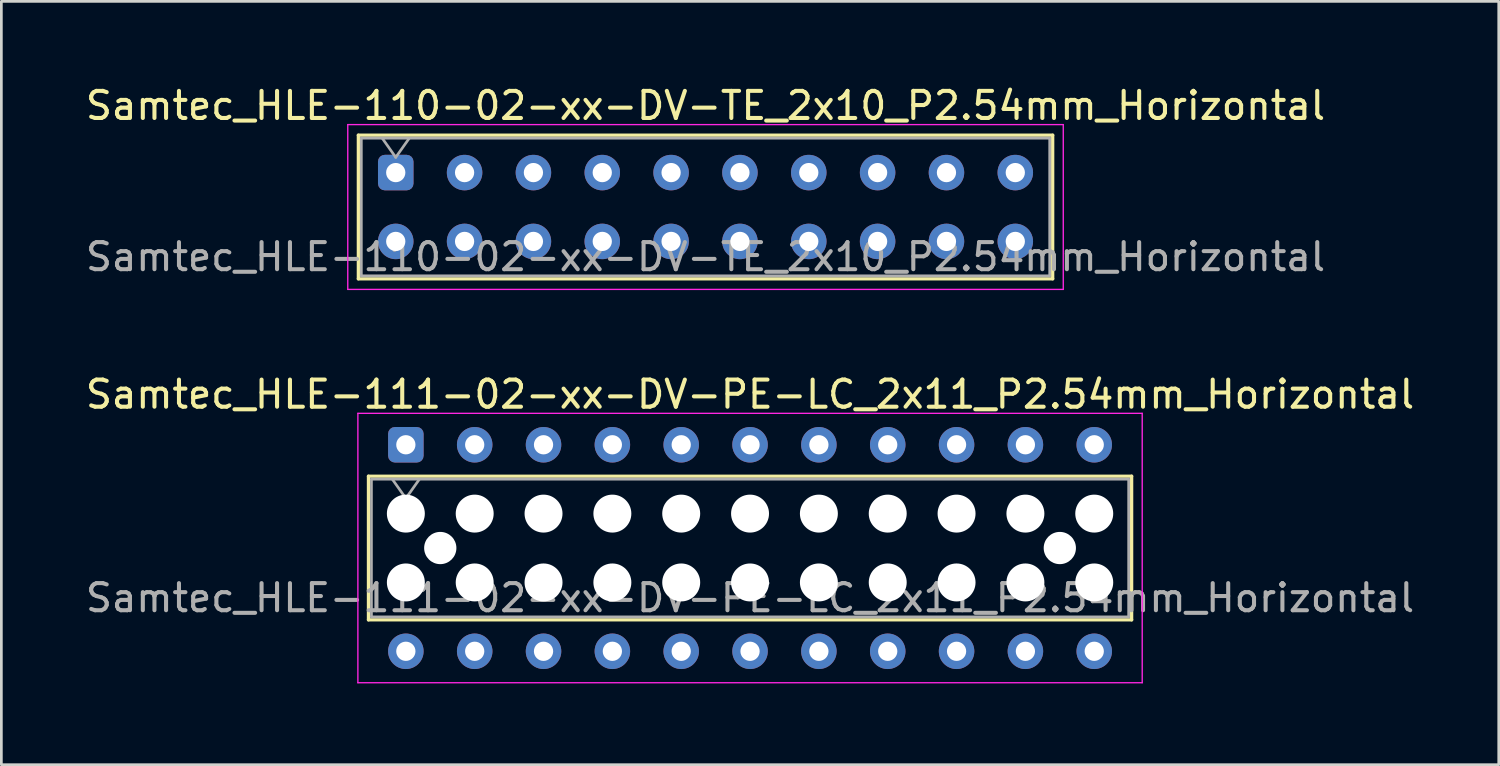
<source format=kicad_pcb>
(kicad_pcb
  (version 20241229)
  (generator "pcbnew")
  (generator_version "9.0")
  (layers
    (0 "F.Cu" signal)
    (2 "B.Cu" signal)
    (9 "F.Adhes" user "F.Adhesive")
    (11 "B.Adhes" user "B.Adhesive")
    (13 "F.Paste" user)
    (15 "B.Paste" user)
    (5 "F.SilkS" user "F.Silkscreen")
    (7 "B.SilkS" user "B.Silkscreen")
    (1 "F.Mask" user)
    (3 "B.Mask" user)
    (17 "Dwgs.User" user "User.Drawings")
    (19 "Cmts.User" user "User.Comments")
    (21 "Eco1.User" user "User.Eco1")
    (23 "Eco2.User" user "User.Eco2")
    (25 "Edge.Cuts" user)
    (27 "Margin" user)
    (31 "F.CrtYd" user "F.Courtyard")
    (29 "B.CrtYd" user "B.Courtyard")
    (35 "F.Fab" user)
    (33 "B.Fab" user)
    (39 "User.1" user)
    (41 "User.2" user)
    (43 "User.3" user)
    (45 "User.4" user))
  (footprint "Samtec_HLE-111-02-xx-DV-PE-LC_2x11_P2.54mm_Horizontal"
    (layer "F.Cu")
    (at 11.925 13.361)
    (property "Reference" "Samtec_HLE-111-02-xx-DV-PE-LC_2x11_P2.54mm_Horizontal" (at 12.7 -1.86 0) (layer "F.SilkS") (effects (font (size 1 1) (thickness 0.15))))
    (attr through_hole)
    (fp_line (start -1.38 1.16) (end 26.78 1.16) (stroke (width 0.12) (type solid)) (layer "F.SilkS"))
    (fp_line (start -1.38 6.46) (end -1.38 1.16) (stroke (width 0.12) (type solid)) (layer "F.SilkS"))
    (fp_line (start 26.78 1.16) (end 26.78 6.46) (stroke (width 0.12) (type solid)) (layer "F.SilkS"))
    (fp_line (start 26.78 6.46) (end -1.38 6.46) (stroke (width 0.12) (type solid)) (layer "F.SilkS"))
    (fp_line (start -1.77 -1.16) (end 27.17 -1.16) (stroke (width 0.05) (type solid)) (layer "F.CrtYd"))
    (fp_line (start -1.77 8.78) (end -1.77 -1.16) (stroke (width 0.05) (type solid)) (layer "F.CrtYd"))
    (fp_line (start 27.17 -1.16) (end 27.17 8.78) (stroke (width 0.05) (type solid)) (layer "F.CrtYd"))
    (fp_line (start 27.17 8.78) (end -1.77 8.78) (stroke (width 0.05) (type solid)) (layer "F.CrtYd"))
    (fp_line (start -1.27 1.27) (end 26.67 1.27) (stroke (width 0.1) (type solid)) (layer "F.Fab"))
    (fp_line (start -1.27 6.35) (end -1.27 1.27) (stroke (width 0.1) (type solid)) (layer "F.Fab"))
    (fp_line (start -0.5 1.27) (end 0 1.977) (stroke (width 0.1) (type solid)) (layer "F.Fab"))
    (fp_line (start 0 1.977) (end 0.5 1.27) (stroke (width 0.1) (type solid)) (layer "F.Fab"))
    (fp_line (start 26.67 1.27) (end 26.67 6.35) (stroke (width 0.1) (type solid)) (layer "F.Fab"))
    (fp_line (start 26.67 6.35) (end -1.27 6.35) (stroke (width 0.1) (type solid)) (layer "F.Fab"))
    (fp_text user "${REFERENCE}" (at 12.7 5.65 0) (layer "F.Fab") (effects (font (size 1 1) (thickness 0.15))))
    (pad "" np_thru_hole circle (at 0 2.54) (size 1.4 1.4) (drill 1.4) (layers "*.Cu" "*.Mask"))
    (pad "" np_thru_hole circle (at 0 5.08) (size 1.4 1.4) (drill 1.4) (layers "*.Cu" "*.Mask"))
    (pad "" np_thru_hole circle (at 1.27 3.81) (size 1.19 1.19) (drill 1.19) (layers "*.Cu" "*.Mask"))
    (pad "" np_thru_hole circle (at 2.54 2.54) (size 1.4 1.4) (drill 1.4) (layers "*.Cu" "*.Mask"))
    (pad "" np_thru_hole circle (at 2.54 5.08) (size 1.4 1.4) (drill 1.4) (layers "*.Cu" "*.Mask"))
    (pad "" np_thru_hole circle (at 5.08 2.54) (size 1.4 1.4) (drill 1.4) (layers "*.Cu" "*.Mask"))
    (pad "" np_thru_hole circle (at 5.08 5.08) (size 1.4 1.4) (drill 1.4) (layers "*.Cu" "*.Mask"))
    (pad "" np_thru_hole circle (at 7.62 2.54) (size 1.4 1.4) (drill 1.4) (layers "*.Cu" "*.Mask"))
    (pad "" np_thru_hole circle (at 7.62 5.08) (size 1.4 1.4) (drill 1.4) (layers "*.Cu" "*.Mask"))
    (pad "" np_thru_hole circle (at 10.16 2.54) (size 1.4 1.4) (drill 1.4) (layers "*.Cu" "*.Mask"))
    (pad "" np_thru_hole circle (at 10.16 5.08) (size 1.4 1.4) (drill 1.4) (layers "*.Cu" "*.Mask"))
    (pad "" np_thru_hole circle (at 12.7 2.54) (size 1.4 1.4) (drill 1.4) (layers "*.Cu" "*.Mask"))
    (pad "" np_thru_hole circle (at 12.7 5.08) (size 1.4 1.4) (drill 1.4) (layers "*.Cu" "*.Mask"))
    (pad "" np_thru_hole circle (at 15.24 2.54) (size 1.4 1.4) (drill 1.4) (layers "*.Cu" "*.Mask"))
    (pad "" np_thru_hole circle (at 15.24 5.08) (size 1.4 1.4) (drill 1.4) (layers "*.Cu" "*.Mask"))
    (pad "" np_thru_hole circle (at 17.78 2.54) (size 1.4 1.4) (drill 1.4) (layers "*.Cu" "*.Mask"))
    (pad "" np_thru_hole circle (at 17.78 5.08) (size 1.4 1.4) (drill 1.4) (layers "*.Cu" "*.Mask"))
    (pad "" np_thru_hole circle (at 20.32 2.54) (size 1.4 1.4) (drill 1.4) (layers "*.Cu" "*.Mask"))
    (pad "" np_thru_hole circle (at 20.32 5.08) (size 1.4 1.4) (drill 1.4) (layers "*.Cu" "*.Mask"))
    (pad "" np_thru_hole circle (at 22.86 2.54) (size 1.4 1.4) (drill 1.4) (layers "*.Cu" "*.Mask"))
    (pad "" np_thru_hole circle (at 22.86 5.08) (size 1.4 1.4) (drill 1.4) (layers "*.Cu" "*.Mask"))
    (pad "" np_thru_hole circle (at 24.13 3.81) (size 1.19 1.19) (drill 1.19) (layers "*.Cu" "*.Mask"))
    (pad "" np_thru_hole circle (at 25.4 2.54) (size 1.4 1.4) (drill 1.4) (layers "*.Cu" "*.Mask"))
    (pad "" np_thru_hole circle (at 25.4 5.08) (size 1.4 1.4) (drill 1.4) (layers "*.Cu" "*.Mask"))
    (pad "1" thru_hole roundrect (at 0 0) (size 1.31 1.31) (drill 0.71) (layers "*.Cu" "*.Mask") (roundrect_rratio 0.191))
    (pad "2" thru_hole circle (at 0 7.62) (size 1.31 1.31) (drill 0.71) (layers "*.Cu" "*.Mask"))
    (pad "3" thru_hole circle (at 2.54 0) (size 1.31 1.31) (drill 0.71) (layers "*.Cu" "*.Mask"))
    (pad "4" thru_hole circle (at 2.54 7.62) (size 1.31 1.31) (drill 0.71) (layers "*.Cu" "*.Mask"))
    (pad "5" thru_hole circle (at 5.08 0) (size 1.31 1.31) (drill 0.71) (layers "*.Cu" "*.Mask"))
    (pad "6" thru_hole circle (at 5.08 7.62) (size 1.31 1.31) (drill 0.71) (layers "*.Cu" "*.Mask"))
    (pad "7" thru_hole circle (at 7.62 0) (size 1.31 1.31) (drill 0.71) (layers "*.Cu" "*.Mask"))
    (pad "8" thru_hole circle (at 7.62 7.62) (size 1.31 1.31) (drill 0.71) (layers "*.Cu" "*.Mask"))
    (pad "9" thru_hole circle (at 10.16 0) (size 1.31 1.31) (drill 0.71) (layers "*.Cu" "*.Mask"))
    (pad "10" thru_hole circle (at 10.16 7.62) (size 1.31 1.31) (drill 0.71) (layers "*.Cu" "*.Mask"))
    (pad "11" thru_hole circle (at 12.7 0) (size 1.31 1.31) (drill 0.71) (layers "*.Cu" "*.Mask"))
    (pad "12" thru_hole circle (at 12.7 7.62) (size 1.31 1.31) (drill 0.71) (layers "*.Cu" "*.Mask"))
    (pad "13" thru_hole circle (at 15.24 0) (size 1.31 1.31) (drill 0.71) (layers "*.Cu" "*.Mask"))
    (pad "14" thru_hole circle (at 15.24 7.62) (size 1.31 1.31) (drill 0.71) (layers "*.Cu" "*.Mask"))
    (pad "15" thru_hole circle (at 17.78 0) (size 1.31 1.31) (drill 0.71) (layers "*.Cu" "*.Mask"))
    (pad "16" thru_hole circle (at 17.78 7.62) (size 1.31 1.31) (drill 0.71) (layers "*.Cu" "*.Mask"))
    (pad "17" thru_hole circle (at 20.32 0) (size 1.31 1.31) (drill 0.71) (layers "*.Cu" "*.Mask"))
    (pad "18" thru_hole circle (at 20.32 7.62) (size 1.31 1.31) (drill 0.71) (layers "*.Cu" "*.Mask"))
    (pad "19" thru_hole circle (at 22.86 0) (size 1.31 1.31) (drill 0.71) (layers "*.Cu" "*.Mask"))
    (pad "20" thru_hole circle (at 22.86 7.62) (size 1.31 1.31) (drill 0.71) (layers "*.Cu" "*.Mask"))
    (pad "21" thru_hole circle (at 25.4 0) (size 1.31 1.31) (drill 0.71) (layers "*.Cu" "*.Mask"))
    (pad "22" thru_hole circle (at 25.4 7.62) (size 1.31 1.31) (drill 0.71) (layers "*.Cu" "*.Mask")))
  (footprint "Samtec_HLE-110-02-xx-DV-TE_2x10_P2.54mm_Horizontal"
    (layer "F.Cu")
    (at 11.552 3.318)
    (property "Reference" "Samtec_HLE-110-02-xx-DV-TE_2x10_P2.54mm_Horizontal" (at 11.43 -2.47 0) (layer "F.SilkS") (effects (font (size 1 1) (thickness 0.15))))
    (attr through_hole)
    (fp_line (start -1.38 -1.38) (end 24.24 -1.38) (stroke (width 0.12) (type solid)) (layer "F.SilkS"))
    (fp_line (start -1.38 3.92) (end -1.38 -1.38) (stroke (width 0.12) (type solid)) (layer "F.SilkS"))
    (fp_line (start 24.24 -1.38) (end 24.24 3.92) (stroke (width 0.12) (type solid)) (layer "F.SilkS"))
    (fp_line (start 24.24 3.92) (end -1.38 3.92) (stroke (width 0.12) (type solid)) (layer "F.SilkS"))
    (fp_line (start -1.77 -1.77) (end 24.63 -1.77) (stroke (width 0.05) (type solid)) (layer "F.CrtYd"))
    (fp_line (start -1.77 4.31) (end -1.77 -1.77) (stroke (width 0.05) (type solid)) (layer "F.CrtYd"))
    (fp_line (start 24.63 -1.77) (end 24.63 4.31) (stroke (width 0.05) (type solid)) (layer "F.CrtYd"))
    (fp_line (start 24.63 4.31) (end -1.77 4.31) (stroke (width 0.05) (type solid)) (layer "F.CrtYd"))
    (fp_line (start -1.27 -1.27) (end 24.13 -1.27) (stroke (width 0.1) (type solid)) (layer "F.Fab"))
    (fp_line (start -1.27 3.81) (end -1.27 -1.27) (stroke (width 0.1) (type solid)) (layer "F.Fab"))
    (fp_line (start -0.5 -1.27) (end 0 -0.563) (stroke (width 0.1) (type solid)) (layer "F.Fab"))
    (fp_line (start 0 -0.563) (end 0.5 -1.27) (stroke (width 0.1) (type solid)) (layer "F.Fab"))
    (fp_line (start 24.13 -1.27) (end 24.13 3.81) (stroke (width 0.1) (type solid)) (layer "F.Fab"))
    (fp_line (start 24.13 3.81) (end -1.27 3.81) (stroke (width 0.1) (type solid)) (layer "F.Fab"))
    (fp_text user "${REFERENCE}" (at 11.43 3.11 0) (layer "F.Fab") (effects (font (size 1 1) (thickness 0.15))))
    (pad "1" thru_hole roundrect (at 0 0) (size 1.31 1.31) (drill 0.71) (layers "*.Cu" "*.Mask") (roundrect_rratio 0.191))
    (pad "2" thru_hole circle (at 0 2.54) (size 1.31 1.31) (drill 0.71) (layers "*.Cu" "*.Mask"))
    (pad "3" thru_hole circle (at 2.54 0) (size 1.31 1.31) (drill 0.71) (layers "*.Cu" "*.Mask"))
    (pad "4" thru_hole circle (at 2.54 2.54) (size 1.31 1.31) (drill 0.71) (layers "*.Cu" "*.Mask"))
    (pad "5" thru_hole circle (at 5.08 0) (size 1.31 1.31) (drill 0.71) (layers "*.Cu" "*.Mask"))
    (pad "6" thru_hole circle (at 5.08 2.54) (size 1.31 1.31) (drill 0.71) (layers "*.Cu" "*.Mask"))
    (pad "7" thru_hole circle (at 7.62 0) (size 1.31 1.31) (drill 0.71) (layers "*.Cu" "*.Mask"))
    (pad "8" thru_hole circle (at 7.62 2.54) (size 1.31 1.31) (drill 0.71) (layers "*.Cu" "*.Mask"))
    (pad "9" thru_hole circle (at 10.16 0) (size 1.31 1.31) (drill 0.71) (layers "*.Cu" "*.Mask"))
    (pad "10" thru_hole circle (at 10.16 2.54) (size 1.31 1.31) (drill 0.71) (layers "*.Cu" "*.Mask"))
    (pad "11" thru_hole circle (at 12.7 0) (size 1.31 1.31) (drill 0.71) (layers "*.Cu" "*.Mask"))
    (pad "12" thru_hole circle (at 12.7 2.54) (size 1.31 1.31) (drill 0.71) (layers "*.Cu" "*.Mask"))
    (pad "13" thru_hole circle (at 15.24 0) (size 1.31 1.31) (drill 0.71) (layers "*.Cu" "*.Mask"))
    (pad "14" thru_hole circle (at 15.24 2.54) (size 1.31 1.31) (drill 0.71) (layers "*.Cu" "*.Mask"))
    (pad "15" thru_hole circle (at 17.78 0) (size 1.31 1.31) (drill 0.71) (layers "*.Cu" "*.Mask"))
    (pad "16" thru_hole circle (at 17.78 2.54) (size 1.31 1.31) (drill 0.71) (layers "*.Cu" "*.Mask"))
    (pad "17" thru_hole circle (at 20.32 0) (size 1.31 1.31) (drill 0.71) (layers "*.Cu" "*.Mask"))
    (pad "18" thru_hole circle (at 20.32 2.54) (size 1.31 1.31) (drill 0.71) (layers "*.Cu" "*.Mask"))
    (pad "19" thru_hole circle (at 22.86 0) (size 1.31 1.31) (drill 0.71) (layers "*.Cu" "*.Mask"))
    (pad "20" thru_hole circle (at 22.86 2.54) (size 1.31 1.31) (drill 0.71) (layers "*.Cu" "*.Mask")))
  (gr_rect
    (start -3 -3)
    (end 52.25 25.166)
    (stroke (width 0.1) (type default))
    (fill no)
    (layer "Edge.Cuts")))
</source>
